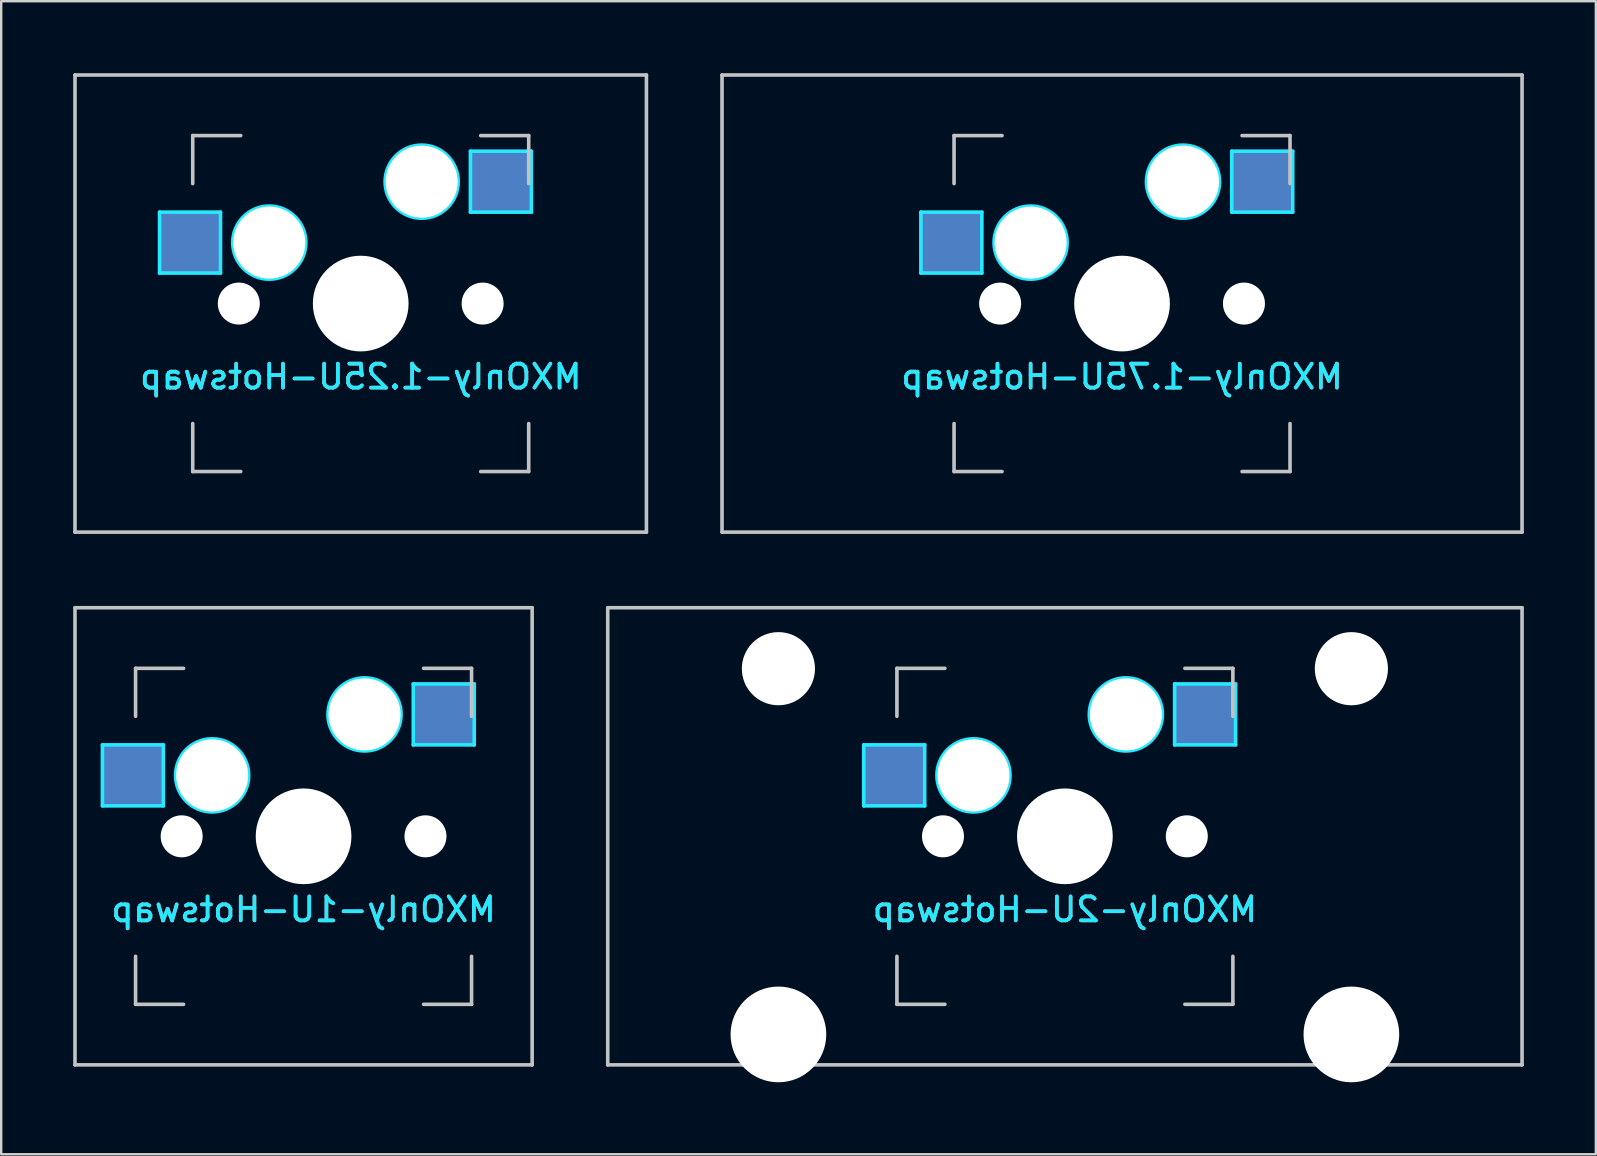
<source format=kicad_pcb>
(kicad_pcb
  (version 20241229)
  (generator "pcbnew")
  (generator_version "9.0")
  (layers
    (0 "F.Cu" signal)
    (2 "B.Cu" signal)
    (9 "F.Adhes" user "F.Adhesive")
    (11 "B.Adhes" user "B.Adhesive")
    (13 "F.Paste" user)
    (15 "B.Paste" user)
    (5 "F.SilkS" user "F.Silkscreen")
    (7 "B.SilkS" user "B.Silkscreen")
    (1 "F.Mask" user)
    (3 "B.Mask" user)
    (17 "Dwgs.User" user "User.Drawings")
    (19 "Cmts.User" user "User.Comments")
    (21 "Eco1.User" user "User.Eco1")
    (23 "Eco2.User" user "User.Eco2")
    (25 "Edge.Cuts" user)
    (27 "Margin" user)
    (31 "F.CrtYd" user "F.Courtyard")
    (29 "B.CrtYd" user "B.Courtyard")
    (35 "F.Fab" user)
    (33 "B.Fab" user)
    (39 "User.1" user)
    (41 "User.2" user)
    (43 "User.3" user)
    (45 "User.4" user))
  (footprint "MXOnly-1.25U-Hotswap"
    (layer "F.Cu")
    (at 11.981 9.6)
    (property "Reference" "MXOnly-1.25U-Hotswap" (at 0 3.048 0) (layer "B.CrtYd") (effects (font (size 1 1) (thickness 0.15)) (justify mirror)))
    (attr smd)
    (fp_line (start -11.906 -9.525) (end 11.906 -9.525) (stroke (width 0.15) (type solid)) (layer "Dwgs.User"))
    (fp_line (start -11.906 9.525) (end -11.906 -9.525) (stroke (width 0.15) (type solid)) (layer "Dwgs.User"))
    (fp_line (start -7 -7) (end -7 -5) (stroke (width 0.15) (type solid)) (layer "Dwgs.User"))
    (fp_line (start -7 5) (end -7 7) (stroke (width 0.15) (type solid)) (layer "Dwgs.User"))
    (fp_line (start -7 7) (end -5 7) (stroke (width 0.15) (type solid)) (layer "Dwgs.User"))
    (fp_line (start -5 -7) (end -7 -7) (stroke (width 0.15) (type solid)) (layer "Dwgs.User"))
    (fp_line (start 5 -7) (end 7 -7) (stroke (width 0.15) (type solid)) (layer "Dwgs.User"))
    (fp_line (start 5 7) (end 7 7) (stroke (width 0.15) (type solid)) (layer "Dwgs.User"))
    (fp_line (start 7 -7) (end 7 -5) (stroke (width 0.15) (type solid)) (layer "Dwgs.User"))
    (fp_line (start 7 7) (end 7 5) (stroke (width 0.15) (type solid)) (layer "Dwgs.User"))
    (fp_line (start 11.906 -9.525) (end 11.906 9.525) (stroke (width 0.15) (type solid)) (layer "Dwgs.User"))
    (fp_line (start 11.906 9.525) (end -11.906 9.525) (stroke (width 0.15) (type solid)) (layer "Dwgs.User"))
    (fp_line (start -8.382 -3.81) (end -5.842 -3.81) (stroke (width 0.15) (type solid)) (layer "B.CrtYd"))
    (fp_line (start -8.382 -1.27) (end -8.382 -3.81) (stroke (width 0.15) (type solid)) (layer "B.CrtYd"))
    (fp_line (start -5.842 -3.81) (end -5.842 -1.27) (stroke (width 0.15) (type solid)) (layer "B.CrtYd"))
    (fp_line (start -5.842 -1.27) (end -8.382 -1.27) (stroke (width 0.15) (type solid)) (layer "B.CrtYd"))
    (fp_line (start 4.572 -6.35) (end 7.112 -6.35) (stroke (width 0.15) (type solid)) (layer "B.CrtYd"))
    (fp_line (start 4.572 -3.81) (end 4.572 -6.35) (stroke (width 0.15) (type solid)) (layer "B.CrtYd"))
    (fp_line (start 7.112 -6.35) (end 7.112 -3.81) (stroke (width 0.15) (type solid)) (layer "B.CrtYd"))
    (fp_line (start 7.112 -3.81) (end 4.572 -3.81) (stroke (width 0.15) (type solid)) (layer "B.CrtYd"))
    (fp_circle (center -3.81 -2.54) (end -3.81 -4.064) (stroke (width 0.15) (type solid)) (fill no) (layer "B.CrtYd"))
    (fp_circle (center 2.54 -5.08) (end 2.54 -6.604) (stroke (width 0.15) (type solid)) (fill no) (layer "B.CrtYd"))
    (fp_text user "${REFERENCE}" (at 0 3.048 0) (layer "B.SilkS") (effects (font (size 1 1) (thickness 0.15)) (justify mirror)))
    (pad "" np_thru_hole circle (at -5.08 0 48.1) (size 1.75 1.75) (drill 1.75) (layers "*.Cu" "*.Mask"))
    (pad "" np_thru_hole circle (at -3.81 -2.54) (size 3 3) (drill 3) (layers "*.Cu" "*.Mask"))
    (pad "" np_thru_hole circle (at 0 0) (size 3.988 3.988) (drill 3.988) (layers "*.Cu" "*.Mask"))
    (pad "" np_thru_hole circle (at 2.54 -5.08) (size 3 3) (drill 3) (layers "*.Cu" "*.Mask"))
    (pad "" np_thru_hole circle (at 5.08 0 48.1) (size 1.75 1.75) (drill 1.75) (layers "*.Cu" "*.Mask"))
    (pad "1" smd rect (at -7.085 -2.54) (size 2.55 2.5) (layers "B.Cu" "B.Mask" "B.Paste"))
    (pad "2" smd rect (at 5.842 -5.08) (size 2.55 2.5) (layers "B.Cu" "B.Mask" "B.Paste")))
  (footprint "MXOnly-2U-Hotswap"
    (layer "F.Cu")
    (at 41.325 31.8)
    (property "Reference" "MXOnly-2U-Hotswap" (at 0 3.048 0) (layer "B.CrtYd") (effects (font (size 1 1) (thickness 0.15)) (justify mirror)))
    (attr smd)
    (fp_line (start -19.05 -9.525) (end 19.05 -9.525) (stroke (width 0.15) (type solid)) (layer "Dwgs.User"))
    (fp_line (start -19.05 9.525) (end -19.05 -9.525) (stroke (width 0.15) (type solid)) (layer "Dwgs.User"))
    (fp_line (start -7 -7) (end -7 -5) (stroke (width 0.15) (type solid)) (layer "Dwgs.User"))
    (fp_line (start -7 5) (end -7 7) (stroke (width 0.15) (type solid)) (layer "Dwgs.User"))
    (fp_line (start -7 7) (end -5 7) (stroke (width 0.15) (type solid)) (layer "Dwgs.User"))
    (fp_line (start -5 -7) (end -7 -7) (stroke (width 0.15) (type solid)) (layer "Dwgs.User"))
    (fp_line (start 5 -7) (end 7 -7) (stroke (width 0.15) (type solid)) (layer "Dwgs.User"))
    (fp_line (start 5 7) (end 7 7) (stroke (width 0.15) (type solid)) (layer "Dwgs.User"))
    (fp_line (start 7 -7) (end 7 -5) (stroke (width 0.15) (type solid)) (layer "Dwgs.User"))
    (fp_line (start 7 7) (end 7 5) (stroke (width 0.15) (type solid)) (layer "Dwgs.User"))
    (fp_line (start 19.05 -9.525) (end 19.05 9.525) (stroke (width 0.15) (type solid)) (layer "Dwgs.User"))
    (fp_line (start 19.05 9.525) (end -19.05 9.525) (stroke (width 0.15) (type solid)) (layer "Dwgs.User"))
    (fp_line (start -8.382 -3.81) (end -5.842 -3.81) (stroke (width 0.15) (type solid)) (layer "B.CrtYd"))
    (fp_line (start -8.382 -1.27) (end -8.382 -3.81) (stroke (width 0.15) (type solid)) (layer "B.CrtYd"))
    (fp_line (start -5.842 -3.81) (end -5.842 -1.27) (stroke (width 0.15) (type solid)) (layer "B.CrtYd"))
    (fp_line (start -5.842 -1.27) (end -8.382 -1.27) (stroke (width 0.15) (type solid)) (layer "B.CrtYd"))
    (fp_line (start 4.572 -6.35) (end 7.112 -6.35) (stroke (width 0.15) (type solid)) (layer "B.CrtYd"))
    (fp_line (start 4.572 -3.81) (end 4.572 -6.35) (stroke (width 0.15) (type solid)) (layer "B.CrtYd"))
    (fp_line (start 7.112 -6.35) (end 7.112 -3.81) (stroke (width 0.15) (type solid)) (layer "B.CrtYd"))
    (fp_line (start 7.112 -3.81) (end 4.572 -3.81) (stroke (width 0.15) (type solid)) (layer "B.CrtYd"))
    (fp_circle (center -3.81 -2.54) (end -3.81 -4.064) (stroke (width 0.15) (type solid)) (fill no) (layer "B.CrtYd"))
    (fp_circle (center 2.54 -5.08) (end 2.54 -6.604) (stroke (width 0.15) (type solid)) (fill no) (layer "B.CrtYd"))
    (fp_text user "${REFERENCE}" (at 0 3.048 0) (layer "B.SilkS") (effects (font (size 1 1) (thickness 0.15)) (justify mirror)))
    (pad "" np_thru_hole circle (at -11.938 -6.985) (size 3.048 3.048) (drill 3.048) (layers "*.Cu" "*.Mask"))
    (pad "" np_thru_hole circle (at -11.938 8.255) (size 3.988 3.988) (drill 3.988) (layers "*.Cu" "*.Mask"))
    (pad "" np_thru_hole circle (at -5.08 0 48.1) (size 1.75 1.75) (drill 1.75) (layers "*.Cu" "*.Mask"))
    (pad "" np_thru_hole circle (at -3.81 -2.54) (size 3 3) (drill 3) (layers "*.Cu" "*.Mask"))
    (pad "" np_thru_hole circle (at 0 0) (size 3.988 3.988) (drill 3.988) (layers "*.Cu" "*.Mask"))
    (pad "" np_thru_hole circle (at 2.54 -5.08) (size 3 3) (drill 3) (layers "*.Cu" "*.Mask"))
    (pad "" np_thru_hole circle (at 5.08 0 48.1) (size 1.75 1.75) (drill 1.75) (layers "*.Cu" "*.Mask"))
    (pad "" np_thru_hole circle (at 11.938 -6.985) (size 3.048 3.048) (drill 3.048) (layers "*.Cu" "*.Mask"))
    (pad "" np_thru_hole circle (at 11.938 8.255) (size 3.988 3.988) (drill 3.988) (layers "*.Cu" "*.Mask"))
    (pad "1" smd rect (at -7.085 -2.54) (size 2.55 2.5) (layers "B.Cu" "B.Mask" "B.Paste"))
    (pad "2" smd rect (at 5.842 -5.08) (size 2.55 2.5) (layers "B.Cu" "B.Mask" "B.Paste")))
  (footprint "MXOnly-1.75U-Hotswap"
    (layer "F.Cu")
    (at 43.706 9.6)
    (property "Reference" "MXOnly-1.75U-Hotswap" (at 0 3.048 0) (layer "B.CrtYd") (effects (font (size 1 1) (thickness 0.15)) (justify mirror)))
    (attr smd)
    (fp_line (start -16.669 -9.525) (end 16.669 -9.525) (stroke (width 0.15) (type solid)) (layer "Dwgs.User"))
    (fp_line (start -16.669 9.525) (end -16.669 -9.525) (stroke (width 0.15) (type solid)) (layer "Dwgs.User"))
    (fp_line (start -7 -7) (end -7 -5) (stroke (width 0.15) (type solid)) (layer "Dwgs.User"))
    (fp_line (start -7 5) (end -7 7) (stroke (width 0.15) (type solid)) (layer "Dwgs.User"))
    (fp_line (start -7 7) (end -5 7) (stroke (width 0.15) (type solid)) (layer "Dwgs.User"))
    (fp_line (start -5 -7) (end -7 -7) (stroke (width 0.15) (type solid)) (layer "Dwgs.User"))
    (fp_line (start 5 -7) (end 7 -7) (stroke (width 0.15) (type solid)) (layer "Dwgs.User"))
    (fp_line (start 5 7) (end 7 7) (stroke (width 0.15) (type solid)) (layer "Dwgs.User"))
    (fp_line (start 7 -7) (end 7 -5) (stroke (width 0.15) (type solid)) (layer "Dwgs.User"))
    (fp_line (start 7 7) (end 7 5) (stroke (width 0.15) (type solid)) (layer "Dwgs.User"))
    (fp_line (start 16.669 -9.525) (end 16.669 9.525) (stroke (width 0.15) (type solid)) (layer "Dwgs.User"))
    (fp_line (start 16.669 9.525) (end -16.669 9.525) (stroke (width 0.15) (type solid)) (layer "Dwgs.User"))
    (fp_line (start -8.382 -3.81) (end -5.842 -3.81) (stroke (width 0.15) (type solid)) (layer "B.CrtYd"))
    (fp_line (start -8.382 -1.27) (end -8.382 -3.81) (stroke (width 0.15) (type solid)) (layer "B.CrtYd"))
    (fp_line (start -5.842 -3.81) (end -5.842 -1.27) (stroke (width 0.15) (type solid)) (layer "B.CrtYd"))
    (fp_line (start -5.842 -1.27) (end -8.382 -1.27) (stroke (width 0.15) (type solid)) (layer "B.CrtYd"))
    (fp_line (start 4.572 -6.35) (end 7.112 -6.35) (stroke (width 0.15) (type solid)) (layer "B.CrtYd"))
    (fp_line (start 4.572 -3.81) (end 4.572 -6.35) (stroke (width 0.15) (type solid)) (layer "B.CrtYd"))
    (fp_line (start 7.112 -6.35) (end 7.112 -3.81) (stroke (width 0.15) (type solid)) (layer "B.CrtYd"))
    (fp_line (start 7.112 -3.81) (end 4.572 -3.81) (stroke (width 0.15) (type solid)) (layer "B.CrtYd"))
    (fp_circle (center -3.81 -2.54) (end -3.81 -4.064) (stroke (width 0.15) (type solid)) (fill no) (layer "B.CrtYd"))
    (fp_circle (center 2.54 -5.08) (end 2.54 -6.604) (stroke (width 0.15) (type solid)) (fill no) (layer "B.CrtYd"))
    (fp_text user "${REFERENCE}" (at 0 3.048 0) (layer "B.SilkS") (effects (font (size 1 1) (thickness 0.15)) (justify mirror)))
    (pad "" np_thru_hole circle (at -5.08 0 48.1) (size 1.75 1.75) (drill 1.75) (layers "*.Cu" "*.Mask"))
    (pad "" np_thru_hole circle (at -3.81 -2.54) (size 3 3) (drill 3) (layers "*.Cu" "*.Mask"))
    (pad "" np_thru_hole circle (at 0 0) (size 3.988 3.988) (drill 3.988) (layers "*.Cu" "*.Mask"))
    (pad "" np_thru_hole circle (at 2.54 -5.08) (size 3 3) (drill 3) (layers "*.Cu" "*.Mask"))
    (pad "" np_thru_hole circle (at 5.08 0 48.1) (size 1.75 1.75) (drill 1.75) (layers "*.Cu" "*.Mask"))
    (pad "1" smd rect (at -7.085 -2.54) (size 2.55 2.5) (layers "B.Cu" "B.Mask" "B.Paste"))
    (pad "2" smd rect (at 5.842 -5.08) (size 2.55 2.5) (layers "B.Cu" "B.Mask" "B.Paste")))
  (footprint "MXOnly-1U-Hotswap"
    (layer "F.Cu")
    (at 9.6 31.8)
    (property "Reference" "MXOnly-1U-Hotswap" (at 0 3.048 0) (layer "B.CrtYd") (effects (font (size 1 1) (thickness 0.15)) (justify mirror)))
    (attr smd)
    (fp_line (start -9.525 -9.525) (end 9.525 -9.525) (stroke (width 0.15) (type solid)) (layer "Dwgs.User"))
    (fp_line (start -9.525 9.525) (end -9.525 -9.525) (stroke (width 0.15) (type solid)) (layer "Dwgs.User"))
    (fp_line (start -7 -7) (end -7 -5) (stroke (width 0.15) (type solid)) (layer "Dwgs.User"))
    (fp_line (start -7 5) (end -7 7) (stroke (width 0.15) (type solid)) (layer "Dwgs.User"))
    (fp_line (start -7 7) (end -5 7) (stroke (width 0.15) (type solid)) (layer "Dwgs.User"))
    (fp_line (start -5 -7) (end -7 -7) (stroke (width 0.15) (type solid)) (layer "Dwgs.User"))
    (fp_line (start 5 -7) (end 7 -7) (stroke (width 0.15) (type solid)) (layer "Dwgs.User"))
    (fp_line (start 5 7) (end 7 7) (stroke (width 0.15) (type solid)) (layer "Dwgs.User"))
    (fp_line (start 7 -7) (end 7 -5) (stroke (width 0.15) (type solid)) (layer "Dwgs.User"))
    (fp_line (start 7 7) (end 7 5) (stroke (width 0.15) (type solid)) (layer "Dwgs.User"))
    (fp_line (start 9.525 -9.525) (end 9.525 9.525) (stroke (width 0.15) (type solid)) (layer "Dwgs.User"))
    (fp_line (start 9.525 9.525) (end -9.525 9.525) (stroke (width 0.15) (type solid)) (layer "Dwgs.User"))
    (fp_line (start -8.382 -3.81) (end -8.382 -1.27) (stroke (width 0.15) (type solid)) (layer "B.CrtYd"))
    (fp_line (start -8.382 -1.27) (end -5.842 -1.27) (stroke (width 0.15) (type solid)) (layer "B.CrtYd"))
    (fp_line (start -5.842 -3.81) (end -8.382 -3.81) (stroke (width 0.15) (type solid)) (layer "B.CrtYd"))
    (fp_line (start -5.842 -1.27) (end -5.842 -3.81) (stroke (width 0.15) (type solid)) (layer "B.CrtYd"))
    (fp_line (start 4.572 -6.35) (end 7.112 -6.35) (stroke (width 0.15) (type solid)) (layer "B.CrtYd"))
    (fp_line (start 4.572 -3.81) (end 4.572 -6.35) (stroke (width 0.15) (type solid)) (layer "B.CrtYd"))
    (fp_line (start 7.112 -6.35) (end 7.112 -3.81) (stroke (width 0.15) (type solid)) (layer "B.CrtYd"))
    (fp_line (start 7.112 -3.81) (end 4.572 -3.81) (stroke (width 0.15) (type solid)) (layer "B.CrtYd"))
    (fp_circle (center -3.81 -2.54) (end -3.81 -4.064) (stroke (width 0.15) (type solid)) (fill no) (layer "B.CrtYd"))
    (fp_circle (center 2.54 -5.08) (end 2.54 -6.604) (stroke (width 0.15) (type solid)) (fill no) (layer "B.CrtYd"))
    (fp_text user "${REFERENCE}" (at 0 3.048 0) (layer "B.SilkS") (effects (font (size 1 1) (thickness 0.15)) (justify mirror)))
    (pad "" np_thru_hole circle (at -5.08 0 48.1) (size 1.75 1.75) (drill 1.75) (layers "*.Cu" "*.Mask"))
    (pad "" np_thru_hole circle (at -3.81 -2.54) (size 3 3) (drill 3) (layers "*.Cu" "*.Mask"))
    (pad "" np_thru_hole circle (at 0 0) (size 3.988 3.988) (drill 3.988) (layers "*.Cu" "*.Mask"))
    (pad "" np_thru_hole circle (at 2.54 -5.08) (size 3 3) (drill 3) (layers "*.Cu" "*.Mask"))
    (pad "" np_thru_hole circle (at 5.08 0 48.1) (size 1.75 1.75) (drill 1.75) (layers "*.Cu" "*.Mask"))
    (pad "1" smd rect (at -7.085 -2.54) (size 2.55 2.5) (layers "B.Cu" "B.Mask" "B.Paste"))
    (pad "2" smd rect (at 5.842 -5.08) (size 2.55 2.5) (layers "B.Cu" "B.Mask" "B.Paste")))
  (gr_rect
    (start -3 -3)
    (end 63.45 45.049)
    (stroke (width 0.1) (type default))
    (fill no)
    (layer "Edge.Cuts")))
</source>
